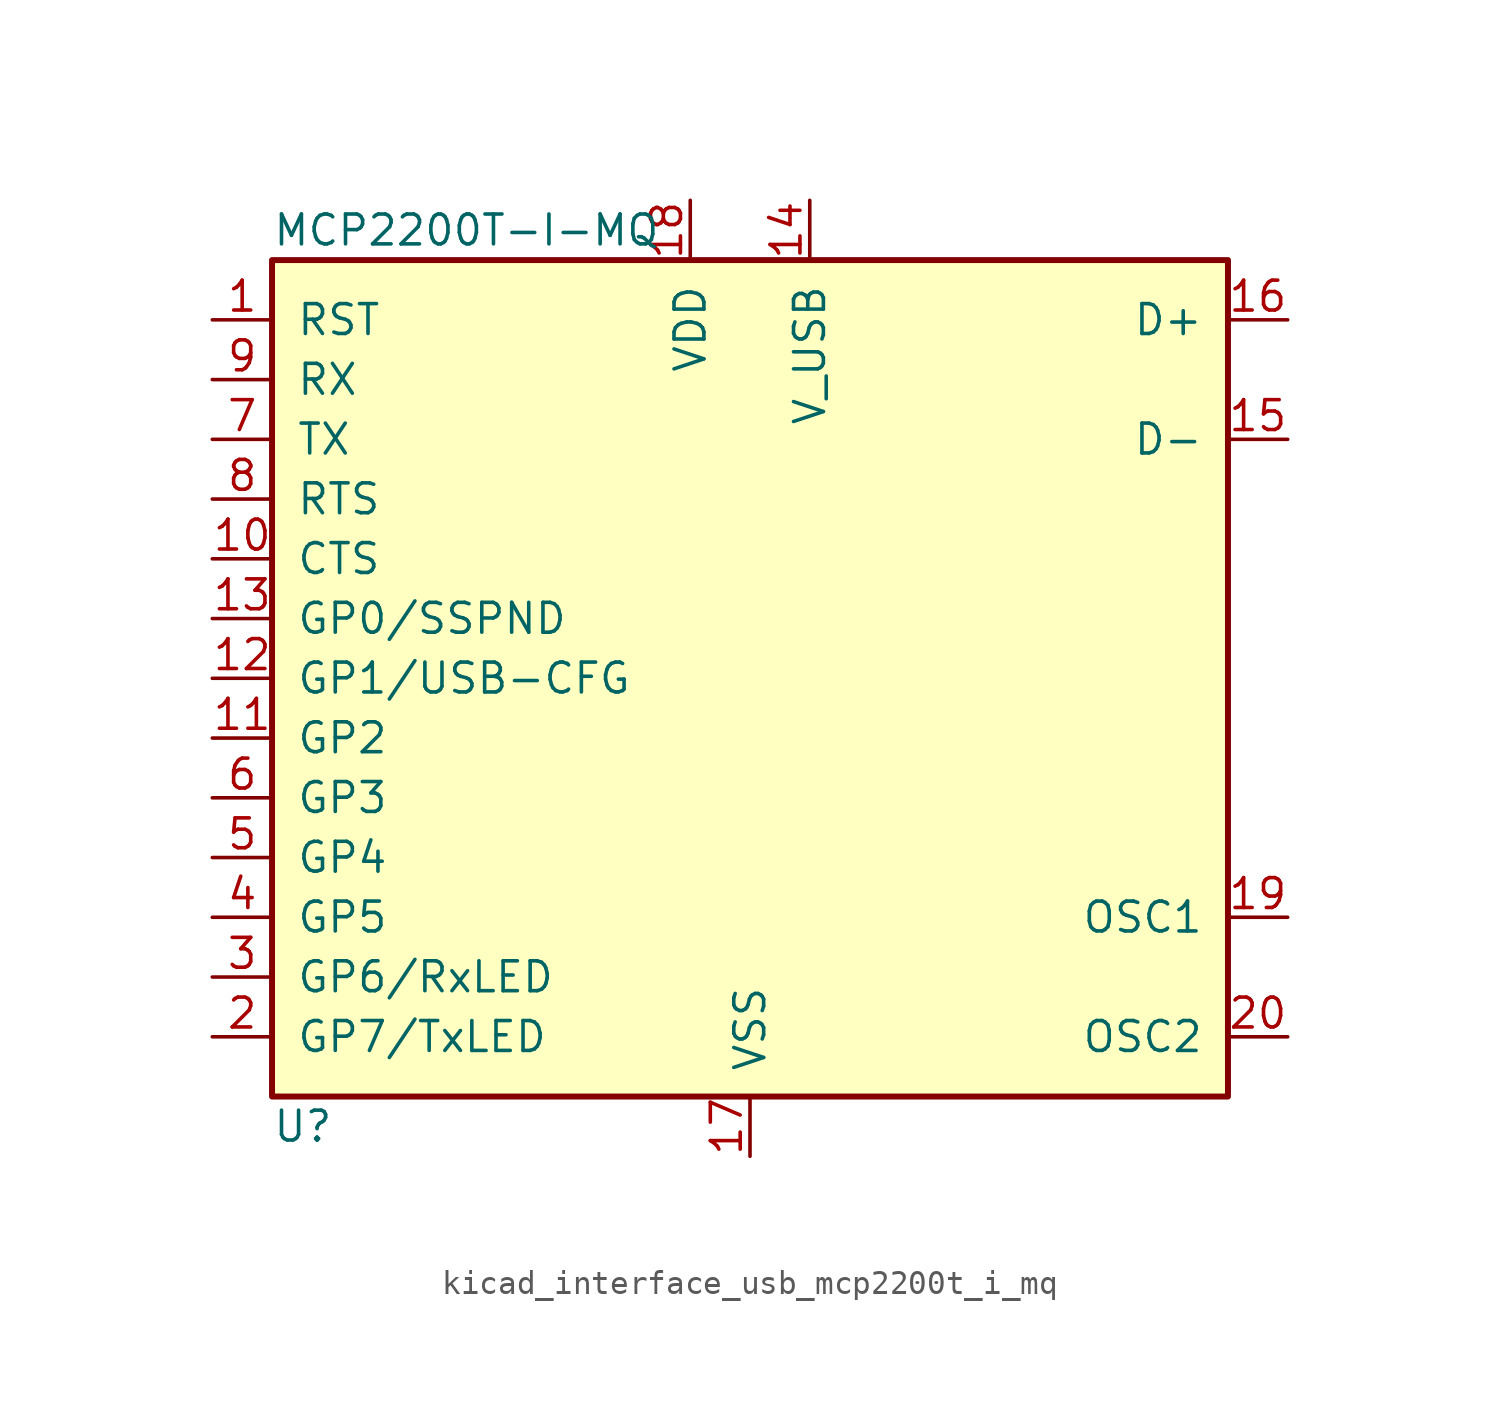
<source format=kicad_sym>
(kicad_symbol_lib
  (version 20220914)
  (generator kicad_symbol_editor)
  (symbol "kicad_interface_usb_mcp2200t_i_mq"
    (pin_names
      (offset 1.016))
    (property "Reference" "U"
      (at -20.32 -19.05 0)
      (effects (font (size 1.27 1.27)) (justify left)))
    (property "Value" "MCP2200T-I-MQ"
      (at -20.32 19.05 0)
      (effects (font (size 1.27 1.27)) (justify left)))
    (symbol "kicad_interface_usb_mcp2200t_i_mq_0_1"
      (rectangle (start -20.32 17.78) (end 20.32 -17.78) (stroke (width 0.254) (type default)) (fill (type background))))
    (symbol "kicad_interface_usb_mcp2200t_i_mq_1_1"
      (pin input line (at -22.86 15.24 0) (length 2.54) (name "RST" (effects (font (size 1.27 1.27)))) (number "1" (effects (font (size 1.27 1.27)))))
      (pin input line (at -22.86 5.08 0) (length 2.54) (name "CTS" (effects (font (size 1.27 1.27)))) (number "10" (effects (font (size 1.27 1.27)))))
      (pin bidirectional line (at -22.86 -2.54 0) (length 2.54) (name "GP2" (effects (font (size 1.27 1.27)))) (number "11" (effects (font (size 1.27 1.27)))))
      (pin bidirectional line (at -22.86 0 0) (length 2.54) (name "GP1/USB-CFG" (effects (font (size 1.27 1.27)))) (number "12" (effects (font (size 1.27 1.27)))))
      (pin bidirectional line (at -22.86 2.54 0) (length 2.54) (name "GP0/SSPND" (effects (font (size 1.27 1.27)))) (number "13" (effects (font (size 1.27 1.27)))))
      (pin power_in line (at 2.54 20.32 270) (length 2.54) (name "V_USB" (effects (font (size 1.27 1.27)))) (number "14" (effects (font (size 1.27 1.27)))))
      (pin bidirectional line (at 22.86 10.16 180) (length 2.54) (name "D-" (effects (font (size 1.27 1.27)))) (number "15" (effects (font (size 1.27 1.27)))))
      (pin bidirectional line (at 22.86 15.24 180) (length 2.54) (name "D+" (effects (font (size 1.27 1.27)))) (number "16" (effects (font (size 1.27 1.27)))))
      (pin power_in line (at 0 -20.32 90) (length 2.54) (name "VSS" (effects (font (size 1.27 1.27)))) (number "17" (effects (font (size 1.27 1.27)))))
      (pin power_in line (at -2.54 20.32 270) (length 2.54) (name "VDD" (effects (font (size 1.27 1.27)))) (number "18" (effects (font (size 1.27 1.27)))))
      (pin input line (at 22.86 -10.16 180) (length 2.54) (name "OSC1" (effects (font (size 1.27 1.27)))) (number "19" (effects (font (size 1.27 1.27)))))
      (pin bidirectional line (at -22.86 -15.24 0) (length 2.54) (name "GP7/TxLED" (effects (font (size 1.27 1.27)))) (number "2" (effects (font (size 1.27 1.27)))))
      (pin output line (at 22.86 -15.24 180) (length 2.54) (name "OSC2" (effects (font (size 1.27 1.27)))) (number "20" (effects (font (size 1.27 1.27)))))
      (pin no_connect line (at 20.32 0 180) (length 2.54) hide (name "EP" (effects (font (size 1.27 1.27)))) (number "21" (effects (font (size 1.27 1.27)))))
      (pin bidirectional line (at -22.86 -12.7 0) (length 2.54) (name "GP6/RxLED" (effects (font (size 1.27 1.27)))) (number "3" (effects (font (size 1.27 1.27)))))
      (pin bidirectional line (at -22.86 -10.16 0) (length 2.54) (name "GP5" (effects (font (size 1.27 1.27)))) (number "4" (effects (font (size 1.27 1.27)))))
      (pin bidirectional line (at -22.86 -7.62 0) (length 2.54) (name "GP4" (effects (font (size 1.27 1.27)))) (number "5" (effects (font (size 1.27 1.27)))))
      (pin bidirectional line (at -22.86 -5.08 0) (length 2.54) (name "GP3" (effects (font (size 1.27 1.27)))) (number "6" (effects (font (size 1.27 1.27)))))
      (pin output line (at -22.86 10.16 0) (length 2.54) (name "TX" (effects (font (size 1.27 1.27)))) (number "7" (effects (font (size 1.27 1.27)))))
      (pin output line (at -22.86 7.62 0) (length 2.54) (name "RTS" (effects (font (size 1.27 1.27)))) (number "8" (effects (font (size 1.27 1.27)))))
      (pin input line (at -22.86 12.7 0) (length 2.54) (name "RX" (effects (font (size 1.27 1.27)))) (number "9" (effects (font (size 1.27 1.27))))))))
</source>
